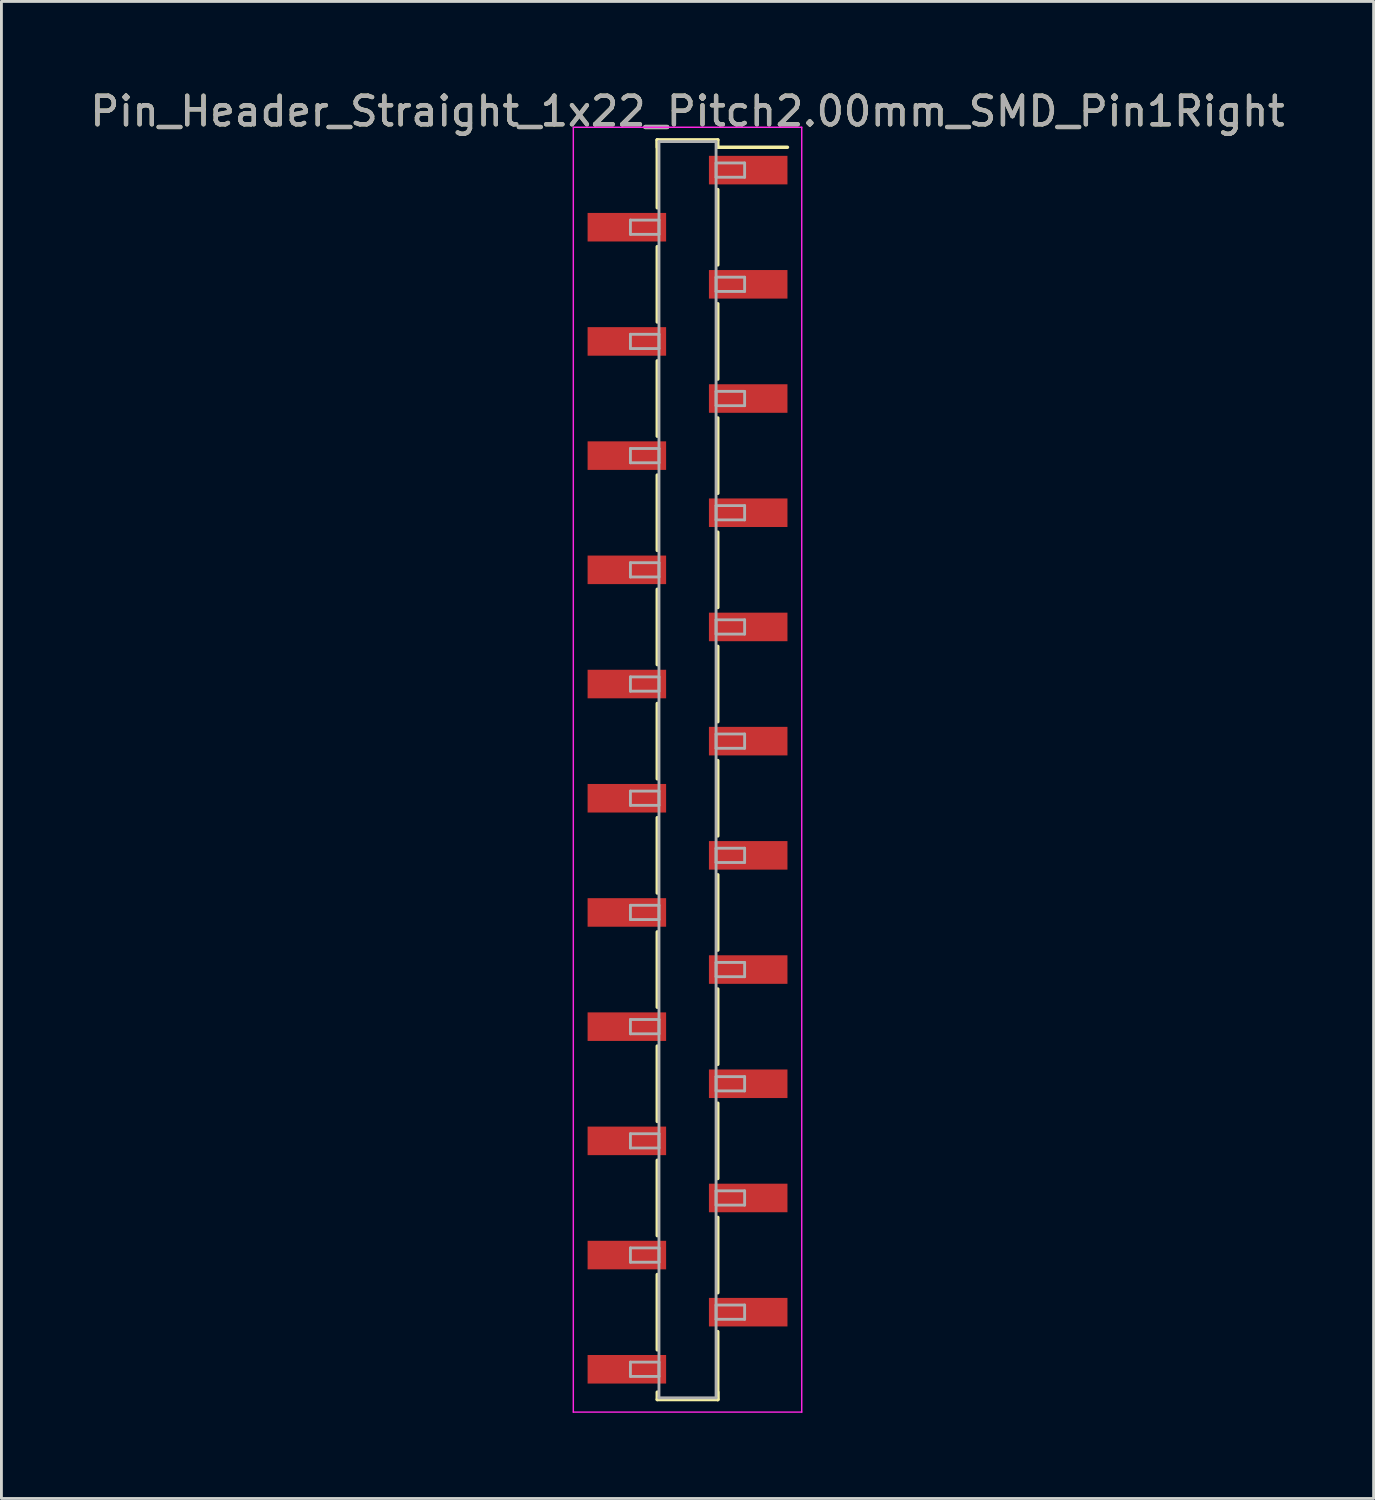
<source format=kicad_pcb>
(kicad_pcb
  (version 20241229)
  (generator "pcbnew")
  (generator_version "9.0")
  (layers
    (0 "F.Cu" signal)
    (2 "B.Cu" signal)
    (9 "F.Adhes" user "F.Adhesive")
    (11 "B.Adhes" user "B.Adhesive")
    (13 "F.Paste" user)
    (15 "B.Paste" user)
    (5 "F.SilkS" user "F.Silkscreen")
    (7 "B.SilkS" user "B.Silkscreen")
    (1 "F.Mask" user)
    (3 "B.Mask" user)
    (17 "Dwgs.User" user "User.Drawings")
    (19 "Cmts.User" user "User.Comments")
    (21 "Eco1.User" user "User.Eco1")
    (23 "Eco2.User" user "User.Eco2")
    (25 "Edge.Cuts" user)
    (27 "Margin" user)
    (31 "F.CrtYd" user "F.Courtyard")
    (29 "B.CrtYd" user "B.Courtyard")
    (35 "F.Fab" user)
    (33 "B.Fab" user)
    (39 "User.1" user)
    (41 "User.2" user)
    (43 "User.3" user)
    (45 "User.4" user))
  (footprint "Pin_Header_Straight_1x22_Pitch2.00mm_SMD_Pin1Right"
    (layer "F.Cu")
    (at 21.03 23.908)
    (property "Reference" "Pin_Header_Straight_1x22_Pitch2.00mm_SMD_Pin1Right" (at 0 -23.06 0) (layer "F.SilkS") (effects (font (size 1 1) (thickness 0.15))))
    (attr smd)
    (fp_line (start -1.06 -22.06) (end -1.06 -19.68) (stroke (width 0.12) (type solid)) (layer "F.SilkS"))
    (fp_line (start -1.06 -22.06) (end 1.06 -22.06) (stroke (width 0.12) (type solid)) (layer "F.SilkS"))
    (fp_line (start -1.06 -21.8) (end -1.06 -22.06) (stroke (width 0.12) (type solid)) (layer "F.SilkS"))
    (fp_line (start -1.06 -18.32) (end -1.06 -15.68) (stroke (width 0.12) (type solid)) (layer "F.SilkS"))
    (fp_line (start -1.06 -14.32) (end -1.06 -11.68) (stroke (width 0.12) (type solid)) (layer "F.SilkS"))
    (fp_line (start -1.06 -10.32) (end -1.06 -7.68) (stroke (width 0.12) (type solid)) (layer "F.SilkS"))
    (fp_line (start -1.06 -6.32) (end -1.06 -3.68) (stroke (width 0.12) (type solid)) (layer "F.SilkS"))
    (fp_line (start -1.06 -2.32) (end -1.06 0.32) (stroke (width 0.12) (type solid)) (layer "F.SilkS"))
    (fp_line (start -1.06 1.68) (end -1.06 4.32) (stroke (width 0.12) (type solid)) (layer "F.SilkS"))
    (fp_line (start -1.06 5.68) (end -1.06 8.32) (stroke (width 0.12) (type solid)) (layer "F.SilkS"))
    (fp_line (start -1.06 9.68) (end -1.06 12.32) (stroke (width 0.12) (type solid)) (layer "F.SilkS"))
    (fp_line (start -1.06 13.68) (end -1.06 16.32) (stroke (width 0.12) (type solid)) (layer "F.SilkS"))
    (fp_line (start -1.06 17.68) (end -1.06 20.32) (stroke (width 0.12) (type solid)) (layer "F.SilkS"))
    (fp_line (start -1.06 21.8) (end -1.06 22.06) (stroke (width 0.12) (type solid)) (layer "F.SilkS"))
    (fp_line (start -1.06 22.06) (end 1.06 22.06) (stroke (width 0.12) (type solid)) (layer "F.SilkS"))
    (fp_line (start 1.06 -22.06) (end 1.06 -21.8) (stroke (width 0.12) (type solid)) (layer "F.SilkS"))
    (fp_line (start 1.06 -21.8) (end 3.5 -21.8) (stroke (width 0.12) (type solid)) (layer "F.SilkS"))
    (fp_line (start 1.06 -20.32) (end 1.06 -17.68) (stroke (width 0.12) (type solid)) (layer "F.SilkS"))
    (fp_line (start 1.06 -16.32) (end 1.06 -13.68) (stroke (width 0.12) (type solid)) (layer "F.SilkS"))
    (fp_line (start 1.06 -12.32) (end 1.06 -9.68) (stroke (width 0.12) (type solid)) (layer "F.SilkS"))
    (fp_line (start 1.06 -8.32) (end 1.06 -5.68) (stroke (width 0.12) (type solid)) (layer "F.SilkS"))
    (fp_line (start 1.06 -4.32) (end 1.06 -1.68) (stroke (width 0.12) (type solid)) (layer "F.SilkS"))
    (fp_line (start 1.06 -0.32) (end 1.06 2.32) (stroke (width 0.12) (type solid)) (layer "F.SilkS"))
    (fp_line (start 1.06 3.68) (end 1.06 6.32) (stroke (width 0.12) (type solid)) (layer "F.SilkS"))
    (fp_line (start 1.06 7.68) (end 1.06 10.32) (stroke (width 0.12) (type solid)) (layer "F.SilkS"))
    (fp_line (start 1.06 11.68) (end 1.06 14.32) (stroke (width 0.12) (type solid)) (layer "F.SilkS"))
    (fp_line (start 1.06 15.68) (end 1.06 18.32) (stroke (width 0.12) (type solid)) (layer "F.SilkS"))
    (fp_line (start 1.06 19.68) (end 1.06 22.06) (stroke (width 0.12) (type solid)) (layer "F.SilkS"))
    (fp_line (start 1.06 22.06) (end 1.06 21.8) (stroke (width 0.12) (type solid)) (layer "F.SilkS"))
    (fp_line (start -4 -22.5) (end -4 22.5) (stroke (width 0.05) (type solid)) (layer "F.CrtYd"))
    (fp_line (start -4 22.5) (end 4 22.5) (stroke (width 0.05) (type solid)) (layer "F.CrtYd"))
    (fp_line (start 4 -22.5) (end -4 -22.5) (stroke (width 0.05) (type solid)) (layer "F.CrtYd"))
    (fp_line (start 4 22.5) (end 4 -22.5) (stroke (width 0.05) (type solid)) (layer "F.CrtYd"))
    (fp_line (start -2 -19.25) (end -1 -19.25) (stroke (width 0.1) (type solid)) (layer "F.Fab"))
    (fp_line (start -2 -18.75) (end -2 -19.25) (stroke (width 0.1) (type solid)) (layer "F.Fab"))
    (fp_line (start -2 -15.25) (end -1 -15.25) (stroke (width 0.1) (type solid)) (layer "F.Fab"))
    (fp_line (start -2 -14.75) (end -2 -15.25) (stroke (width 0.1) (type solid)) (layer "F.Fab"))
    (fp_line (start -2 -11.25) (end -1 -11.25) (stroke (width 0.1) (type solid)) (layer "F.Fab"))
    (fp_line (start -2 -10.75) (end -2 -11.25) (stroke (width 0.1) (type solid)) (layer "F.Fab"))
    (fp_line (start -2 -7.25) (end -1 -7.25) (stroke (width 0.1) (type solid)) (layer "F.Fab"))
    (fp_line (start -2 -6.75) (end -2 -7.25) (stroke (width 0.1) (type solid)) (layer "F.Fab"))
    (fp_line (start -2 -3.25) (end -1 -3.25) (stroke (width 0.1) (type solid)) (layer "F.Fab"))
    (fp_line (start -2 -2.75) (end -2 -3.25) (stroke (width 0.1) (type solid)) (layer "F.Fab"))
    (fp_line (start -2 0.75) (end -1 0.75) (stroke (width 0.1) (type solid)) (layer "F.Fab"))
    (fp_line (start -2 1.25) (end -2 0.75) (stroke (width 0.1) (type solid)) (layer "F.Fab"))
    (fp_line (start -2 4.75) (end -1 4.75) (stroke (width 0.1) (type solid)) (layer "F.Fab"))
    (fp_line (start -2 5.25) (end -2 4.75) (stroke (width 0.1) (type solid)) (layer "F.Fab"))
    (fp_line (start -2 8.75) (end -1 8.75) (stroke (width 0.1) (type solid)) (layer "F.Fab"))
    (fp_line (start -2 9.25) (end -2 8.75) (stroke (width 0.1) (type solid)) (layer "F.Fab"))
    (fp_line (start -2 12.75) (end -1 12.75) (stroke (width 0.1) (type solid)) (layer "F.Fab"))
    (fp_line (start -2 13.25) (end -2 12.75) (stroke (width 0.1) (type solid)) (layer "F.Fab"))
    (fp_line (start -2 16.75) (end -1 16.75) (stroke (width 0.1) (type solid)) (layer "F.Fab"))
    (fp_line (start -2 17.25) (end -2 16.75) (stroke (width 0.1) (type solid)) (layer "F.Fab"))
    (fp_line (start -2 20.75) (end -1 20.75) (stroke (width 0.1) (type solid)) (layer "F.Fab"))
    (fp_line (start -2 21.25) (end -2 20.75) (stroke (width 0.1) (type solid)) (layer "F.Fab"))
    (fp_line (start -1 -22) (end -1 22) (stroke (width 0.1) (type solid)) (layer "F.Fab"))
    (fp_line (start -1 -19.25) (end -1 -18.75) (stroke (width 0.1) (type solid)) (layer "F.Fab"))
    (fp_line (start -1 -18.75) (end -2 -18.75) (stroke (width 0.1) (type solid)) (layer "F.Fab"))
    (fp_line (start -1 -15.25) (end -1 -14.75) (stroke (width 0.1) (type solid)) (layer "F.Fab"))
    (fp_line (start -1 -14.75) (end -2 -14.75) (stroke (width 0.1) (type solid)) (layer "F.Fab"))
    (fp_line (start -1 -11.25) (end -1 -10.75) (stroke (width 0.1) (type solid)) (layer "F.Fab"))
    (fp_line (start -1 -10.75) (end -2 -10.75) (stroke (width 0.1) (type solid)) (layer "F.Fab"))
    (fp_line (start -1 -7.25) (end -1 -6.75) (stroke (width 0.1) (type solid)) (layer "F.Fab"))
    (fp_line (start -1 -6.75) (end -2 -6.75) (stroke (width 0.1) (type solid)) (layer "F.Fab"))
    (fp_line (start -1 -3.25) (end -1 -2.75) (stroke (width 0.1) (type solid)) (layer "F.Fab"))
    (fp_line (start -1 -2.75) (end -2 -2.75) (stroke (width 0.1) (type solid)) (layer "F.Fab"))
    (fp_line (start -1 0.75) (end -1 1.25) (stroke (width 0.1) (type solid)) (layer "F.Fab"))
    (fp_line (start -1 1.25) (end -2 1.25) (stroke (width 0.1) (type solid)) (layer "F.Fab"))
    (fp_line (start -1 4.75) (end -1 5.25) (stroke (width 0.1) (type solid)) (layer "F.Fab"))
    (fp_line (start -1 5.25) (end -2 5.25) (stroke (width 0.1) (type solid)) (layer "F.Fab"))
    (fp_line (start -1 8.75) (end -1 9.25) (stroke (width 0.1) (type solid)) (layer "F.Fab"))
    (fp_line (start -1 9.25) (end -2 9.25) (stroke (width 0.1) (type solid)) (layer "F.Fab"))
    (fp_line (start -1 12.75) (end -1 13.25) (stroke (width 0.1) (type solid)) (layer "F.Fab"))
    (fp_line (start -1 13.25) (end -2 13.25) (stroke (width 0.1) (type solid)) (layer "F.Fab"))
    (fp_line (start -1 16.75) (end -1 17.25) (stroke (width 0.1) (type solid)) (layer "F.Fab"))
    (fp_line (start -1 17.25) (end -2 17.25) (stroke (width 0.1) (type solid)) (layer "F.Fab"))
    (fp_line (start -1 20.75) (end -1 21.25) (stroke (width 0.1) (type solid)) (layer "F.Fab"))
    (fp_line (start -1 21.25) (end -2 21.25) (stroke (width 0.1) (type solid)) (layer "F.Fab"))
    (fp_line (start -1 22) (end 1 22) (stroke (width 0.1) (type solid)) (layer "F.Fab"))
    (fp_line (start 1 -22) (end -1 -22) (stroke (width 0.1) (type solid)) (layer "F.Fab"))
    (fp_line (start 1 -21.25) (end 1 -20.75) (stroke (width 0.1) (type solid)) (layer "F.Fab"))
    (fp_line (start 1 -20.75) (end 2 -20.75) (stroke (width 0.1) (type solid)) (layer "F.Fab"))
    (fp_line (start 1 -17.25) (end 1 -16.75) (stroke (width 0.1) (type solid)) (layer "F.Fab"))
    (fp_line (start 1 -16.75) (end 2 -16.75) (stroke (width 0.1) (type solid)) (layer "F.Fab"))
    (fp_line (start 1 -13.25) (end 1 -12.75) (stroke (width 0.1) (type solid)) (layer "F.Fab"))
    (fp_line (start 1 -12.75) (end 2 -12.75) (stroke (width 0.1) (type solid)) (layer "F.Fab"))
    (fp_line (start 1 -9.25) (end 1 -8.75) (stroke (width 0.1) (type solid)) (layer "F.Fab"))
    (fp_line (start 1 -8.75) (end 2 -8.75) (stroke (width 0.1) (type solid)) (layer "F.Fab"))
    (fp_line (start 1 -5.25) (end 1 -4.75) (stroke (width 0.1) (type solid)) (layer "F.Fab"))
    (fp_line (start 1 -4.75) (end 2 -4.75) (stroke (width 0.1) (type solid)) (layer "F.Fab"))
    (fp_line (start 1 -1.25) (end 1 -0.75) (stroke (width 0.1) (type solid)) (layer "F.Fab"))
    (fp_line (start 1 -0.75) (end 2 -0.75) (stroke (width 0.1) (type solid)) (layer "F.Fab"))
    (fp_line (start 1 2.75) (end 1 3.25) (stroke (width 0.1) (type solid)) (layer "F.Fab"))
    (fp_line (start 1 3.25) (end 2 3.25) (stroke (width 0.1) (type solid)) (layer "F.Fab"))
    (fp_line (start 1 6.75) (end 1 7.25) (stroke (width 0.1) (type solid)) (layer "F.Fab"))
    (fp_line (start 1 7.25) (end 2 7.25) (stroke (width 0.1) (type solid)) (layer "F.Fab"))
    (fp_line (start 1 10.75) (end 1 11.25) (stroke (width 0.1) (type solid)) (layer "F.Fab"))
    (fp_line (start 1 11.25) (end 2 11.25) (stroke (width 0.1) (type solid)) (layer "F.Fab"))
    (fp_line (start 1 14.75) (end 1 15.25) (stroke (width 0.1) (type solid)) (layer "F.Fab"))
    (fp_line (start 1 15.25) (end 2 15.25) (stroke (width 0.1) (type solid)) (layer "F.Fab"))
    (fp_line (start 1 18.75) (end 1 19.25) (stroke (width 0.1) (type solid)) (layer "F.Fab"))
    (fp_line (start 1 19.25) (end 2 19.25) (stroke (width 0.1) (type solid)) (layer "F.Fab"))
    (fp_line (start 1 22) (end 1 -22) (stroke (width 0.1) (type solid)) (layer "F.Fab"))
    (fp_line (start 2 -21.25) (end 1 -21.25) (stroke (width 0.1) (type solid)) (layer "F.Fab"))
    (fp_line (start 2 -20.75) (end 2 -21.25) (stroke (width 0.1) (type solid)) (layer "F.Fab"))
    (fp_line (start 2 -17.25) (end 1 -17.25) (stroke (width 0.1) (type solid)) (layer "F.Fab"))
    (fp_line (start 2 -16.75) (end 2 -17.25) (stroke (width 0.1) (type solid)) (layer "F.Fab"))
    (fp_line (start 2 -13.25) (end 1 -13.25) (stroke (width 0.1) (type solid)) (layer "F.Fab"))
    (fp_line (start 2 -12.75) (end 2 -13.25) (stroke (width 0.1) (type solid)) (layer "F.Fab"))
    (fp_line (start 2 -9.25) (end 1 -9.25) (stroke (width 0.1) (type solid)) (layer "F.Fab"))
    (fp_line (start 2 -8.75) (end 2 -9.25) (stroke (width 0.1) (type solid)) (layer "F.Fab"))
    (fp_line (start 2 -5.25) (end 1 -5.25) (stroke (width 0.1) (type solid)) (layer "F.Fab"))
    (fp_line (start 2 -4.75) (end 2 -5.25) (stroke (width 0.1) (type solid)) (layer "F.Fab"))
    (fp_line (start 2 -1.25) (end 1 -1.25) (stroke (width 0.1) (type solid)) (layer "F.Fab"))
    (fp_line (start 2 -0.75) (end 2 -1.25) (stroke (width 0.1) (type solid)) (layer "F.Fab"))
    (fp_line (start 2 2.75) (end 1 2.75) (stroke (width 0.1) (type solid)) (layer "F.Fab"))
    (fp_line (start 2 3.25) (end 2 2.75) (stroke (width 0.1) (type solid)) (layer "F.Fab"))
    (fp_line (start 2 6.75) (end 1 6.75) (stroke (width 0.1) (type solid)) (layer "F.Fab"))
    (fp_line (start 2 7.25) (end 2 6.75) (stroke (width 0.1) (type solid)) (layer "F.Fab"))
    (fp_line (start 2 10.75) (end 1 10.75) (stroke (width 0.1) (type solid)) (layer "F.Fab"))
    (fp_line (start 2 11.25) (end 2 10.75) (stroke (width 0.1) (type solid)) (layer "F.Fab"))
    (fp_line (start 2 14.75) (end 1 14.75) (stroke (width 0.1) (type solid)) (layer "F.Fab"))
    (fp_line (start 2 15.25) (end 2 14.75) (stroke (width 0.1) (type solid)) (layer "F.Fab"))
    (fp_line (start 2 18.75) (end 1 18.75) (stroke (width 0.1) (type solid)) (layer "F.Fab"))
    (fp_line (start 2 19.25) (end 2 18.75) (stroke (width 0.1) (type solid)) (layer "F.Fab"))
    (fp_text user "${REFERENCE}" (at 0 -23.06 0) (layer "F.Fab") (effects (font (size 1 1) (thickness 0.15))))
    (pad "1" smd rect (at 2.125 -21) (size 2.75 1) (layers "F.Cu" "F.Mask" "F.Paste"))
    (pad "2" smd rect (at -2.125 -19) (size 2.75 1) (layers "F.Cu" "F.Mask" "F.Paste"))
    (pad "3" smd rect (at 2.125 -17) (size 2.75 1) (layers "F.Cu" "F.Mask" "F.Paste"))
    (pad "4" smd rect (at -2.125 -15) (size 2.75 1) (layers "F.Cu" "F.Mask" "F.Paste"))
    (pad "5" smd rect (at 2.125 -13) (size 2.75 1) (layers "F.Cu" "F.Mask" "F.Paste"))
    (pad "6" smd rect (at -2.125 -11) (size 2.75 1) (layers "F.Cu" "F.Mask" "F.Paste"))
    (pad "7" smd rect (at 2.125 -9) (size 2.75 1) (layers "F.Cu" "F.Mask" "F.Paste"))
    (pad "8" smd rect (at -2.125 -7) (size 2.75 1) (layers "F.Cu" "F.Mask" "F.Paste"))
    (pad "9" smd rect (at 2.125 -5) (size 2.75 1) (layers "F.Cu" "F.Mask" "F.Paste"))
    (pad "10" smd rect (at -2.125 -3) (size 2.75 1) (layers "F.Cu" "F.Mask" "F.Paste"))
    (pad "11" smd rect (at 2.125 -1) (size 2.75 1) (layers "F.Cu" "F.Mask" "F.Paste"))
    (pad "12" smd rect (at -2.125 1) (size 2.75 1) (layers "F.Cu" "F.Mask" "F.Paste"))
    (pad "13" smd rect (at 2.125 3) (size 2.75 1) (layers "F.Cu" "F.Mask" "F.Paste"))
    (pad "14" smd rect (at -2.125 5) (size 2.75 1) (layers "F.Cu" "F.Mask" "F.Paste"))
    (pad "15" smd rect (at 2.125 7) (size 2.75 1) (layers "F.Cu" "F.Mask" "F.Paste"))
    (pad "16" smd rect (at -2.125 9) (size 2.75 1) (layers "F.Cu" "F.Mask" "F.Paste"))
    (pad "17" smd rect (at 2.125 11) (size 2.75 1) (layers "F.Cu" "F.Mask" "F.Paste"))
    (pad "18" smd rect (at -2.125 13) (size 2.75 1) (layers "F.Cu" "F.Mask" "F.Paste"))
    (pad "19" smd rect (at 2.125 15) (size 2.75 1) (layers "F.Cu" "F.Mask" "F.Paste"))
    (pad "20" smd rect (at -2.125 17) (size 2.75 1) (layers "F.Cu" "F.Mask" "F.Paste"))
    (pad "21" smd rect (at 2.125 19) (size 2.75 1) (layers "F.Cu" "F.Mask" "F.Paste"))
    (pad "22" smd rect (at -2.125 21) (size 2.75 1) (layers "F.Cu" "F.Mask" "F.Paste")))
  (gr_rect
    (start -3 -3)
    (end 45.06 49.433)
    (stroke (width 0.1) (type default))
    (fill no)
    (layer "Edge.Cuts")))
</source>
